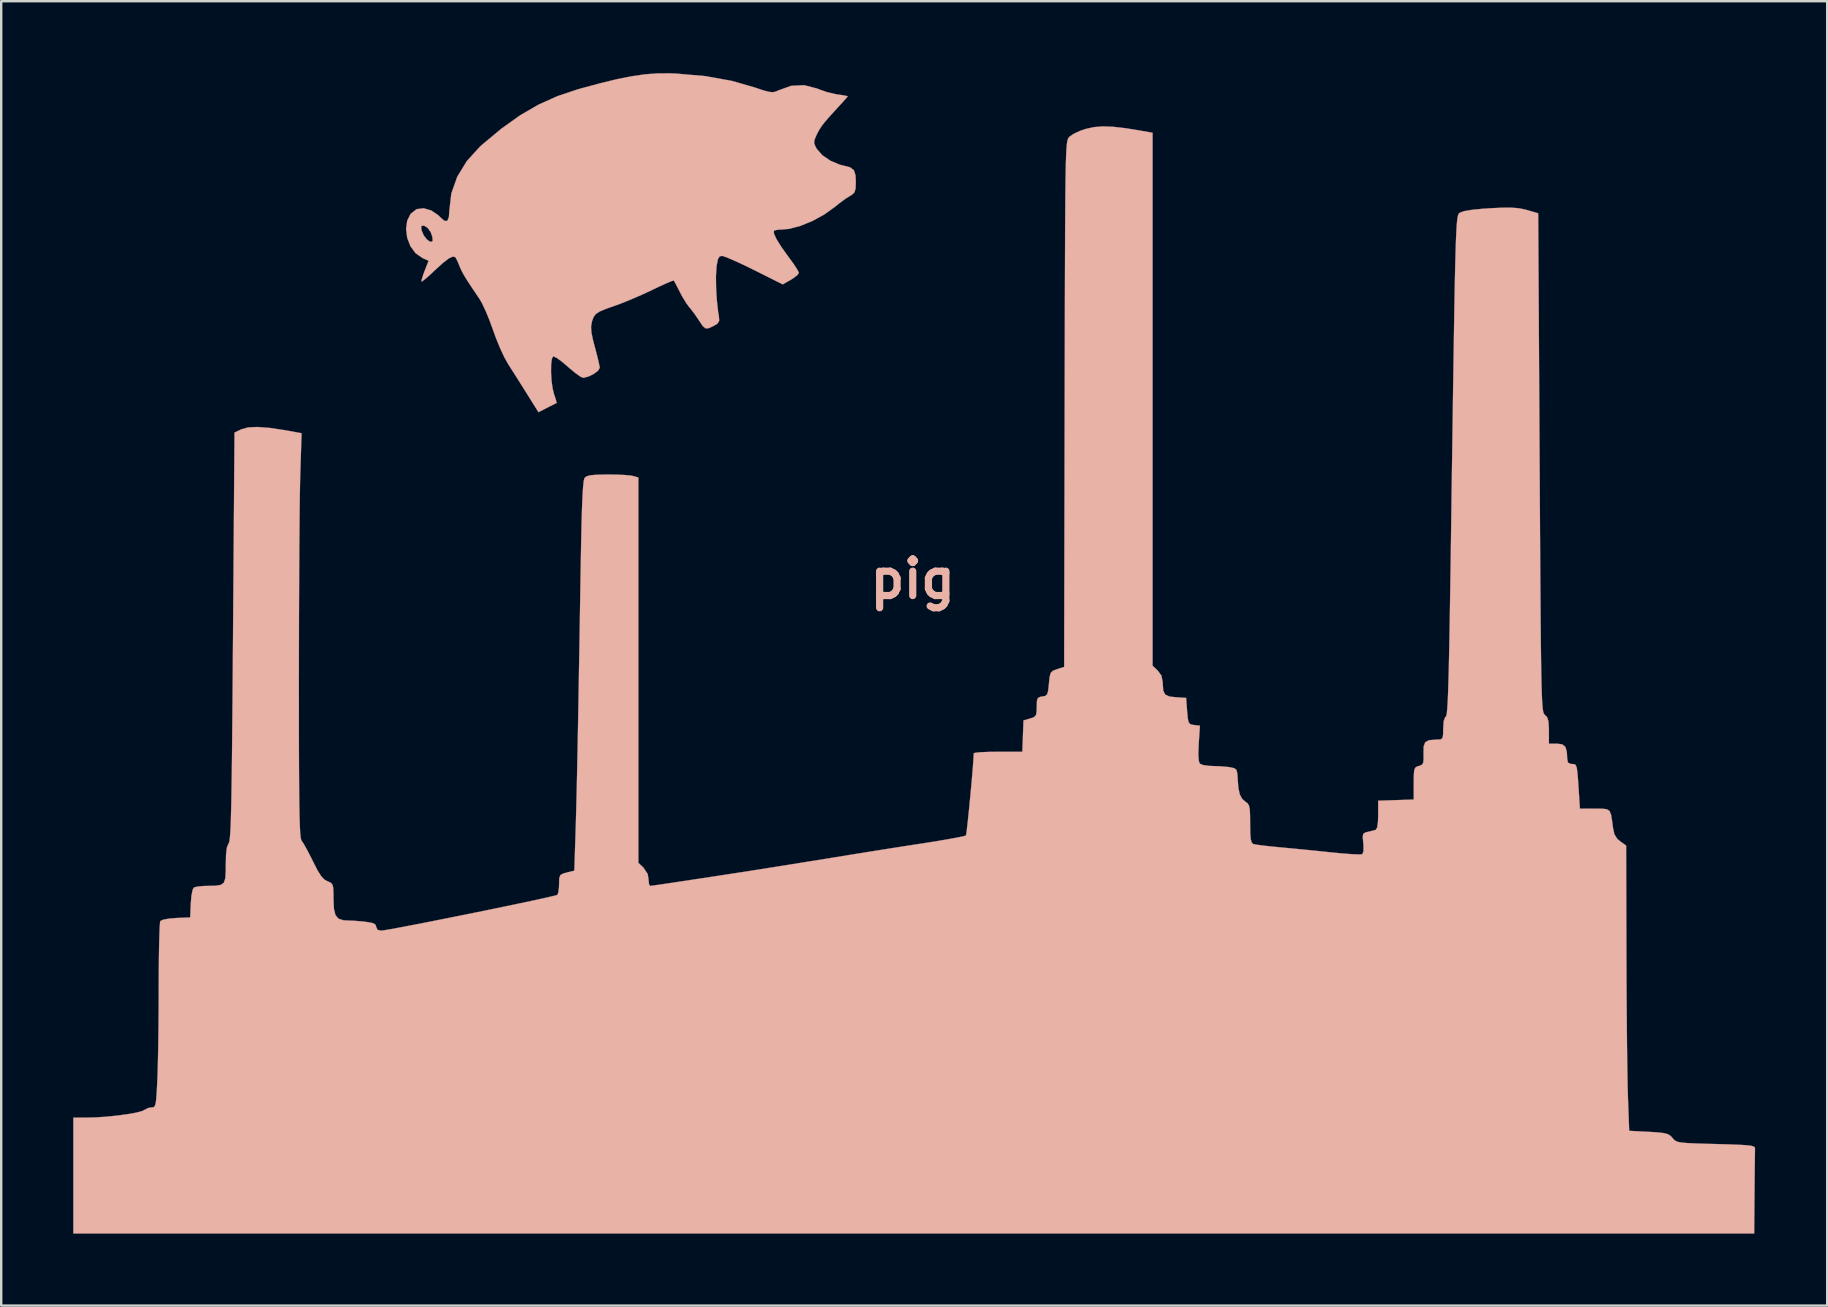
<source format=kicad_pcb>
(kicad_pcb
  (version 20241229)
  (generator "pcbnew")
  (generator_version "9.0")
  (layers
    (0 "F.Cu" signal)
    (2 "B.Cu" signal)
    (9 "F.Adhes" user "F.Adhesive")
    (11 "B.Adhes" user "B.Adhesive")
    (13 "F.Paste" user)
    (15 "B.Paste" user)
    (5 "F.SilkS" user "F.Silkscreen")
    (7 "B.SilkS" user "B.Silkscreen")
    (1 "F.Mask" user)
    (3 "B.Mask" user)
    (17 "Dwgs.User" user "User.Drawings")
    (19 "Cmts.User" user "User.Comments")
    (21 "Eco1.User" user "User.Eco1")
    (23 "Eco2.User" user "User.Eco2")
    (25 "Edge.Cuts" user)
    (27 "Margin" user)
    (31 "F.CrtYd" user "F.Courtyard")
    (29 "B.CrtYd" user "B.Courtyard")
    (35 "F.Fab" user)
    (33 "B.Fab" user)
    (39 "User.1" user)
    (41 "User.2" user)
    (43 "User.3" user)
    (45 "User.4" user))
  (footprint "pig"
    (layer "B.Cu")
    (at 34.972 21.07)
    (property "Reference" "pig" (at 0 0 0) (layer "B.SilkS") (effects (font (size 1.524 1.524) (thickness 0.3))))
    (attr through_hole)
    (fp_poly (pts (xy -9.869 -21.056) (xy -8.641 -20.949) (xy -7.532 -20.75) (xy -6.589 -20.478) (xy -6.234 -20.36) (xy -5.997 -20.295) (xy -5.836 -20.278) (xy -5.71 -20.304) (xy -5.615 -20.347) (xy -5.069 -20.544) (xy -4.526 -20.572) (xy -3.98 -20.431) (xy -3.917 -20.404) (xy -3.589 -20.288) (xy -3.226 -20.2) (xy -3.127 -20.184) (xy -2.888 -20.149) (xy -2.737 -20.119) (xy -2.709 -20.109) (xy -2.762 -20.041) (xy -2.901 -19.884) (xy -3.092 -19.675) (xy -3.407 -19.331) (xy -3.63 -19.077) (xy -3.784 -18.883) (xy -3.893 -18.717) (xy -3.983 -18.547) (xy -4.003 -18.505) (xy -4.094 -18.294) (xy -4.107 -18.151) (xy -4.042 -17.996) (xy -3.999 -17.92) (xy -3.768 -17.656) (xy -3.429 -17.424) (xy -3.04 -17.259) (xy -2.879 -17.22) (xy -2.606 -17.148) (xy -2.452 -17.029) (xy -2.384 -16.822) (xy -2.371 -16.544) (xy -2.38 -16.272) (xy -2.423 -16.115) (xy -2.521 -16.015) (xy -2.603 -15.967) (xy -2.794 -15.846) (xy -3.049 -15.659) (xy -3.259 -15.491) (xy -3.691 -15.181) (xy -4.183 -14.913) (xy -4.686 -14.708) (xy -5.151 -14.586) (xy -5.406 -14.563) (xy -5.628 -14.55) (xy -5.769 -14.518) (xy -5.782 -14.51) (xy -5.783 -14.392) (xy -5.679 -14.164) (xy -5.476 -13.838) (xy -5.184 -13.429) (xy -5.152 -13.386) (xy -4.959 -13.121) (xy -4.816 -12.902) (xy -4.745 -12.767) (xy -4.742 -12.751) (xy -4.81 -12.656) (xy -4.981 -12.526) (xy -5.079 -12.466) (xy -5.415 -12.274) (xy -6.601 -12.868) (xy -7.02 -13.073) (xy -7.396 -13.247) (xy -7.699 -13.378) (xy -7.898 -13.451) (xy -7.951 -13.462) (xy -8.05 -13.434) (xy -8.114 -13.324) (xy -8.161 -13.095) (xy -8.176 -12.984) (xy -8.198 -12.605) (xy -8.192 -12.126) (xy -8.161 -11.614) (xy -8.107 -11.135) (xy -8.076 -10.95) (xy -8.062 -10.754) (xy -8.14 -10.634) (xy -8.284 -10.548) (xy -8.491 -10.45) (xy -8.626 -10.438) (xy -8.742 -10.53) (xy -8.889 -10.747) (xy -8.906 -10.774) (xy -9.077 -11.027) (xy -9.244 -11.247) (xy -9.301 -11.313) (xy -9.432 -11.488) (xy -9.591 -11.75) (xy -9.697 -11.948) (xy -9.823 -12.195) (xy -9.918 -12.373) (xy -9.955 -12.435) (xy -10.037 -12.413) (xy -10.24 -12.329) (xy -10.532 -12.196) (xy -10.855 -12.042) (xy -11.293 -11.838) (xy -11.763 -11.635) (xy -12.194 -11.462) (xy -12.404 -11.386) (xy -12.787 -11.251) (xy -13.041 -11.144) (xy -13.198 -11.042) (xy -13.291 -10.921) (xy -13.353 -10.759) (xy -13.37 -10.699) (xy -13.4 -10.507) (xy -13.385 -10.273) (xy -13.319 -9.952) (xy -13.245 -9.671) (xy -13.154 -9.326) (xy -13.083 -9.033) (xy -13.044 -8.837) (xy -13.04 -8.794) (xy -13.11 -8.676) (xy -13.285 -8.546) (xy -13.504 -8.436) (xy -13.71 -8.383) (xy -13.736 -8.382) (xy -13.851 -8.436) (xy -14.051 -8.579) (xy -14.299 -8.784) (xy -14.378 -8.854) (xy -14.626 -9.064) (xy -14.833 -9.212) (xy -14.964 -9.274) (xy -14.985 -9.272) (xy -15.037 -9.155) (xy -15.064 -8.918) (xy -15.067 -8.608) (xy -15.047 -8.27) (xy -15.004 -7.951) (xy -14.943 -7.702) (xy -14.871 -7.485) (xy -14.836 -7.351) (xy -14.837 -7.332) (xy -14.918 -7.292) (xy -15.101 -7.2) (xy -15.225 -7.137) (xy -15.591 -6.95) (xy -16.071 -7.718) (xy -16.312 -8.1) (xy -16.558 -8.49) (xy -16.773 -8.827) (xy -16.86 -8.963) (xy -17.017 -9.247) (xy -17.197 -9.635) (xy -17.374 -10.069) (xy -17.483 -10.372) (xy -17.634 -10.786) (xy -17.796 -11.178) (xy -17.948 -11.498) (xy -18.043 -11.663) (xy -18.332 -12.091) (xy -18.541 -12.408) (xy -18.687 -12.643) (xy -18.786 -12.825) (xy -18.857 -12.98) (xy -18.88 -13.039) (xy -18.97 -13.252) (xy -19.045 -13.394) (xy -19.054 -13.406) (xy -19.155 -13.435) (xy -19.325 -13.355) (xy -19.579 -13.161) (xy -19.926 -12.843) (xy -19.942 -12.828) (xy -20.172 -12.614) (xy -20.353 -12.46) (xy -20.453 -12.391) (xy -20.463 -12.391) (xy -20.453 -12.481) (xy -20.392 -12.677) (xy -20.331 -12.841) (xy -20.167 -13.258) (xy -20.418 -13.369) (xy -20.711 -13.573) (xy -20.926 -13.867) (xy -21.059 -14.214) (xy -21.105 -14.578) (xy -21.1 -14.62) (xy -20.476 -14.62) (xy -20.453 -14.508) (xy -20.373 -14.318) (xy -20.25 -14.156) (xy -20.121 -14.056) (xy -20.024 -14.051) (xy -19.997 -14.098) (xy -20.012 -14.257) (xy -20.082 -14.453) (xy -20.211 -14.631) (xy -20.353 -14.718) (xy -20.46 -14.716) (xy -20.476 -14.62) (xy -21.1 -14.62) (xy -21.06 -14.922) (xy -20.92 -15.208) (xy -20.679 -15.4) (xy -20.658 -15.409) (xy -20.373 -15.444) (xy -20.056 -15.352) (xy -19.761 -15.152) (xy -19.693 -15.082) (xy -19.513 -14.922) (xy -19.391 -14.916) (xy -19.323 -15.068) (xy -19.304 -15.338) (xy -19.221 -16.06) (xy -18.975 -16.756) (xy -18.574 -17.412) (xy -18.024 -18.016) (xy -17.944 -18.088) (xy -17.127 -18.767) (xy -16.355 -19.317) (xy -15.593 -19.759) (xy -14.805 -20.113) (xy -13.956 -20.398) (xy -13.843 -20.43) (xy -13.009 -20.654) (xy -12.304 -20.825) (xy -11.694 -20.946) (xy -11.15 -21.024) (xy -10.639 -21.062) (xy -10.132 -21.065) (xy -9.869 -21.056)) (stroke (width 0.01) (type solid)) (fill yes) (layer "B.SilkS"))
    (fp_poly (pts (xy 8.334 -18.84) (xy 8.851 -18.781) (xy 9.419 -18.69) (xy 9.991 -18.59) (xy 9.991 3.611) (xy 10.202 3.81) (xy 10.36 4.023) (xy 10.414 4.301) (xy 10.415 4.354) (xy 10.435 4.647) (xy 10.518 4.815) (xy 10.7 4.896) (xy 10.966 4.926) (xy 11.388 4.953) (xy 11.43 5.503) (xy 11.457 5.8) (xy 11.493 5.967) (xy 11.559 6.046) (xy 11.675 6.076) (xy 11.717 6.082) (xy 11.962 6.11) (xy 11.914 6.854) (xy 11.898 7.298) (xy 11.917 7.58) (xy 11.961 7.694) (xy 12.096 7.749) (xy 12.334 7.784) (xy 12.484 7.79) (xy 12.808 7.801) (xy 13.119 7.828) (xy 13.214 7.841) (xy 13.398 7.882) (xy 13.489 7.958) (xy 13.524 8.121) (xy 13.533 8.285) (xy 13.564 8.696) (xy 13.624 8.975) (xy 13.724 9.159) (xy 13.848 9.267) (xy 13.945 9.341) (xy 14.006 9.435) (xy 14.039 9.587) (xy 14.052 9.834) (xy 14.055 10.195) (xy 14.06 10.582) (xy 14.079 10.831) (xy 14.117 10.972) (xy 14.178 11.035) (xy 14.187 11.039) (xy 14.32 11.067) (xy 14.583 11.102) (xy 14.937 11.142) (xy 15.309 11.178) (xy 15.798 11.224) (xy 16.38 11.28) (xy 16.978 11.34) (xy 17.469 11.392) (xy 17.9 11.433) (xy 18.273 11.461) (xy 18.554 11.473) (xy 18.711 11.467) (xy 18.728 11.462) (xy 18.775 11.344) (xy 18.778 11.103) (xy 18.768 10.996) (xy 18.745 10.749) (xy 18.766 10.62) (xy 18.849 10.56) (xy 18.948 10.535) (xy 19.158 10.485) (xy 19.283 10.452) (xy 19.348 10.35) (xy 19.382 10.089) (xy 19.389 9.827) (xy 19.389 9.235) (xy 20.13 9.211) (xy 20.87 9.186) (xy 20.87 8.514) (xy 20.873 8.178) (xy 20.889 7.974) (xy 20.93 7.864) (xy 21.005 7.811) (xy 21.082 7.789) (xy 21.203 7.744) (xy 21.264 7.659) (xy 21.282 7.488) (xy 21.278 7.263) (xy 21.284 6.967) (xy 21.351 6.795) (xy 21.511 6.714) (xy 21.801 6.69) (xy 21.865 6.69) (xy 21.999 6.679) (xy 22.069 6.621) (xy 22.094 6.472) (xy 22.098 6.232) (xy 22.119 5.917) (xy 22.181 5.752) (xy 22.208 5.733) (xy 22.229 5.696) (xy 22.248 5.595) (xy 22.265 5.42) (xy 22.282 5.164) (xy 22.298 4.815) (xy 22.313 4.367) (xy 22.329 3.808) (xy 22.344 3.131) (xy 22.36 2.325) (xy 22.376 1.383) (xy 22.393 0.294) (xy 22.412 -0.951) (xy 22.422 -1.663) (xy 22.446 -3.43) (xy 22.469 -5.035) (xy 22.49 -6.487) (xy 22.508 -7.793) (xy 22.526 -8.961) (xy 22.542 -9.998) (xy 22.556 -10.913) (xy 22.57 -11.714) (xy 22.584 -12.407) (xy 22.597 -13.002) (xy 22.61 -13.506) (xy 22.622 -13.926) (xy 22.636 -14.271) (xy 22.649 -14.548) (xy 22.663 -14.765) (xy 22.678 -14.93) (xy 22.695 -15.05) (xy 22.712 -15.135) (xy 22.732 -15.19) (xy 22.753 -15.225) (xy 22.776 -15.247) (xy 22.801 -15.264) (xy 22.81 -15.269) (xy 22.984 -15.328) (xy 23.307 -15.381) (xy 23.757 -15.425) (xy 24.056 -15.445) (xy 24.555 -15.468) (xy 24.929 -15.469) (xy 25.22 -15.448) (xy 25.47 -15.402) (xy 25.59 -15.37) (xy 26.055 -15.235) (xy 26.114 -4.844) (xy 26.123 -3.302) (xy 26.131 -1.921) (xy 26.139 -0.69) (xy 26.146 0.397) (xy 26.154 1.351) (xy 26.161 2.18) (xy 26.168 2.894) (xy 26.176 3.5) (xy 26.185 4.009) (xy 26.194 4.428) (xy 26.204 4.768) (xy 26.216 5.036) (xy 26.229 5.242) (xy 26.243 5.394) (xy 26.259 5.502) (xy 26.277 5.574) (xy 26.298 5.62) (xy 26.32 5.648) (xy 26.337 5.662) (xy 26.431 5.763) (xy 26.481 5.926) (xy 26.5 6.197) (xy 26.501 6.318) (xy 26.501 6.858) (xy 26.829 6.858) (xy 27.055 6.886) (xy 27.188 6.992) (xy 27.249 7.208) (xy 27.262 7.472) (xy 27.291 7.644) (xy 27.407 7.702) (xy 27.467 7.705) (xy 27.557 7.711) (xy 27.618 7.751) (xy 27.659 7.854) (xy 27.688 8.048) (xy 27.714 8.363) (xy 27.732 8.636) (xy 27.792 9.567) (xy 28.415 9.567) (xy 28.719 9.568) (xy 28.913 9.589) (xy 29.027 9.663) (xy 29.091 9.821) (xy 29.136 10.094) (xy 29.168 10.348) (xy 29.231 10.637) (xy 29.352 10.828) (xy 29.469 10.925) (xy 29.718 11.103) (xy 29.73 15.648) (xy 29.733 16.565) (xy 29.738 17.474) (xy 29.745 18.354) (xy 29.752 19.182) (xy 29.761 19.936) (xy 29.771 20.593) (xy 29.781 21.13) (xy 29.791 21.525) (xy 29.793 21.59) (xy 29.845 22.987) (xy 30.661 23.029) (xy 31.046 23.053) (xy 31.3 23.083) (xy 31.462 23.128) (xy 31.572 23.199) (xy 31.648 23.283) (xy 31.712 23.356) (xy 31.784 23.411) (xy 31.889 23.451) (xy 32.052 23.479) (xy 32.297 23.499) (xy 32.649 23.514) (xy 33.132 23.529) (xy 33.457 23.537) (xy 34.024 23.553) (xy 34.443 23.569) (xy 34.736 23.587) (xy 34.926 23.61) (xy 35.033 23.64) (xy 35.079 23.681) (xy 35.087 23.728) (xy 35.084 23.855) (xy 35.081 24.124) (xy 35.076 24.505) (xy 35.071 24.97) (xy 35.067 25.491) (xy 35.066 25.569) (xy 35.052 27.263) (xy -34.967 27.263) (xy -34.967 22.437) (xy -34.396 22.437) (xy -33.998 22.426) (xy -33.558 22.395) (xy -33.113 22.349) (xy -32.699 22.292) (xy -32.353 22.23) (xy -32.111 22.168) (xy -32.019 22.122) (xy -31.847 22.034) (xy -31.715 22.013) (xy -31.638 22.007) (xy -31.583 21.97) (xy -31.545 21.876) (xy -31.517 21.7) (xy -31.495 21.413) (xy -31.473 20.991) (xy -31.467 20.857) (xy -31.453 20.471) (xy -31.44 19.948) (xy -31.428 19.324) (xy -31.419 18.632) (xy -31.413 17.904) (xy -31.41 17.175) (xy -31.41 17.026) (xy -31.408 16.366) (xy -31.402 15.76) (xy -31.393 15.227) (xy -31.381 14.789) (xy -31.368 14.467) (xy -31.352 14.283) (xy -31.344 14.249) (xy -31.228 14.192) (xy -30.986 14.147) (xy -30.689 14.122) (xy -30.099 14.097) (xy -30.074 13.507) (xy -30.046 13.186) (xy -29.999 12.953) (xy -29.947 12.852) (xy -29.807 12.814) (xy -29.566 12.789) (xy -29.422 12.785) (xy -29.06 12.778) (xy -28.827 12.743) (xy -28.695 12.648) (xy -28.635 12.463) (xy -28.618 12.158) (xy -28.617 11.914) (xy -28.606 11.48) (xy -28.572 11.192) (xy -28.51 11.03) (xy -28.497 11.013) (xy -28.477 10.97) (xy -28.459 10.881) (xy -28.442 10.738) (xy -28.427 10.53) (xy -28.413 10.249) (xy -28.401 9.885) (xy -28.389 9.429) (xy -28.378 8.872) (xy -28.368 8.205) (xy -28.358 7.417) (xy -28.349 6.501) (xy -28.339 5.446) (xy -28.329 4.244) (xy -28.319 2.885) (xy -28.315 2.39) (xy -28.253 -6.1) (xy -27.965 -6.237) (xy -27.687 -6.315) (xy -27.295 -6.333) (xy -26.775 -6.293) (xy -26.112 -6.193) (xy -26.001 -6.172) (xy -25.459 -6.073) (xy -25.514 -4.37) (xy -25.523 -4.009) (xy -25.532 -3.496) (xy -25.54 -2.848) (xy -25.547 -2.083) (xy -25.554 -1.219) (xy -25.56 -0.272) (xy -25.564 0.74) (xy -25.568 1.8) (xy -25.57 2.889) (xy -25.571 3.992) (xy -25.572 4.055) (xy -25.571 5.302) (xy -25.571 6.39) (xy -25.569 7.33) (xy -25.565 8.132) (xy -25.561 8.807) (xy -25.554 9.366) (xy -25.546 9.82) (xy -25.536 10.178) (xy -25.524 10.452) (xy -25.51 10.652) (xy -25.492 10.789) (xy -25.473 10.873) (xy -25.451 10.913) (xy -25.362 11.047) (xy -25.225 11.292) (xy -25.062 11.606) (xy -24.98 11.773) (xy -24.793 12.139) (xy -24.644 12.377) (xy -24.509 12.519) (xy -24.38 12.591) (xy -24.253 12.646) (xy -24.178 12.72) (xy -24.142 12.853) (xy -24.131 13.087) (xy -24.13 13.322) (xy -24.113 13.729) (xy -24.049 13.996) (xy -23.922 14.15) (xy -23.715 14.216) (xy -23.552 14.225) (xy -23.277 14.236) (xy -22.942 14.263) (xy -22.797 14.279) (xy -22.529 14.323) (xy -22.393 14.383) (xy -22.352 14.478) (xy -22.352 14.49) (xy -22.294 14.616) (xy -22.144 14.647) (xy -22.011 14.631) (xy -21.738 14.584) (xy -21.343 14.512) (xy -20.849 14.417) (xy -20.276 14.306) (xy -19.646 14.181) (xy -18.979 14.048) (xy -18.297 13.91) (xy -17.62 13.772) (xy -16.97 13.637) (xy -16.368 13.511) (xy -15.834 13.398) (xy -15.39 13.301) (xy -15.056 13.225) (xy -14.854 13.175) (xy -14.804 13.158) (xy -14.762 13.054) (xy -14.736 12.841) (xy -14.732 12.71) (xy -14.725 12.465) (xy -14.68 12.335) (xy -14.561 12.268) (xy -14.415 12.228) (xy -14.097 12.15) (xy -14.044 10.499) (xy -14.031 10.076) (xy -14.018 9.602) (xy -14.004 9.068) (xy -13.99 8.461) (xy -13.976 7.773) (xy -13.96 6.991) (xy -13.943 6.106) (xy -13.925 5.106) (xy -13.906 3.982) (xy -13.884 2.722) (xy -13.861 1.316) (xy -13.836 -0.246) (xy -13.83 -0.574) (xy -13.813 -1.526) (xy -13.796 -2.318) (xy -13.777 -2.959) (xy -13.756 -3.458) (xy -13.733 -3.823) (xy -13.708 -4.065) (xy -13.68 -4.191) (xy -13.672 -4.208) (xy -13.591 -4.275) (xy -13.444 -4.318) (xy -13.199 -4.342) (xy -12.823 -4.352) (xy -12.733 -4.353) (xy -12.346 -4.349) (xy -12 -4.333) (xy -11.745 -4.309) (xy -11.663 -4.294) (xy -11.43 -4.23) (xy -11.43 11.824) (xy -11.218 12.023) (xy -11.04 12.291) (xy -11.007 12.503) (xy -10.99 12.693) (xy -10.949 12.783) (xy -10.943 12.785) (xy -10.834 12.772) (xy -10.562 12.733) (xy -10.132 12.67) (xy -9.548 12.582) (xy -8.815 12.471) (xy -7.936 12.337) (xy -7.281 12.237) (xy -6.892 12.177) (xy -6.363 12.093) (xy -5.721 11.991) (xy -4.994 11.875) (xy -4.21 11.749) (xy -3.395 11.618) (xy -2.576 11.485) (xy -1.99 11.39) (xy -1.659 11.337) (xy -1.204 11.265) (xy -0.666 11.18) (xy -0.088 11.09) (xy 0.466 11.005) (xy 0.982 10.923) (xy 1.441 10.845) (xy 1.815 10.777) (xy 2.08 10.724) (xy 2.208 10.689) (xy 2.215 10.685) (xy 2.234 10.592) (xy 2.263 10.363) (xy 2.301 10.026) (xy 2.343 9.614) (xy 2.388 9.157) (xy 2.432 8.687) (xy 2.472 8.235) (xy 2.505 7.831) (xy 2.529 7.506) (xy 2.54 7.293) (xy 2.54 7.26) (xy 2.619 7.236) (xy 2.835 7.215) (xy 3.154 7.202) (xy 3.545 7.197) (xy 3.552 7.197) (xy 4.565 7.197) (xy 4.59 6.543) (xy 4.614 5.89) (xy 4.889 5.812) (xy 5.056 5.752) (xy 5.137 5.661) (xy 5.163 5.487) (xy 5.165 5.327) (xy 5.173 5.082) (xy 5.213 4.958) (xy 5.312 4.908) (xy 5.397 4.895) (xy 5.528 4.868) (xy 5.603 4.797) (xy 5.644 4.641) (xy 5.673 4.36) (xy 5.702 4.077) (xy 5.746 3.915) (xy 5.833 3.826) (xy 5.99 3.764) (xy 6.011 3.757) (xy 6.308 3.661) (xy 6.329 -7.287) (xy 6.332 -8.872) (xy 6.335 -10.296) (xy 6.338 -11.567) (xy 6.341 -12.696) (xy 6.345 -13.691) (xy 6.348 -14.56) (xy 6.353 -15.312) (xy 6.358 -15.956) (xy 6.364 -16.5) (xy 6.371 -16.954) (xy 6.379 -17.326) (xy 6.389 -17.625) (xy 6.4 -17.859) (xy 6.413 -18.038) (xy 6.428 -18.17) (xy 6.445 -18.263) (xy 6.464 -18.328) (xy 6.485 -18.371) (xy 6.508 -18.403) (xy 6.525 -18.422) (xy 6.7 -18.544) (xy 6.974 -18.671) (xy 7.217 -18.752) (xy 7.552 -18.825) (xy 7.912 -18.855) (xy 8.334 -18.84)) (stroke (width 0.01) (type solid)) (fill yes) (layer "B.SilkS")))
  (gr_rect
    (start -3 -3)
    (end 73.065 51.338)
    (stroke (width 0.1) (type default))
    (fill no)
    (layer "Edge.Cuts")))
</source>
